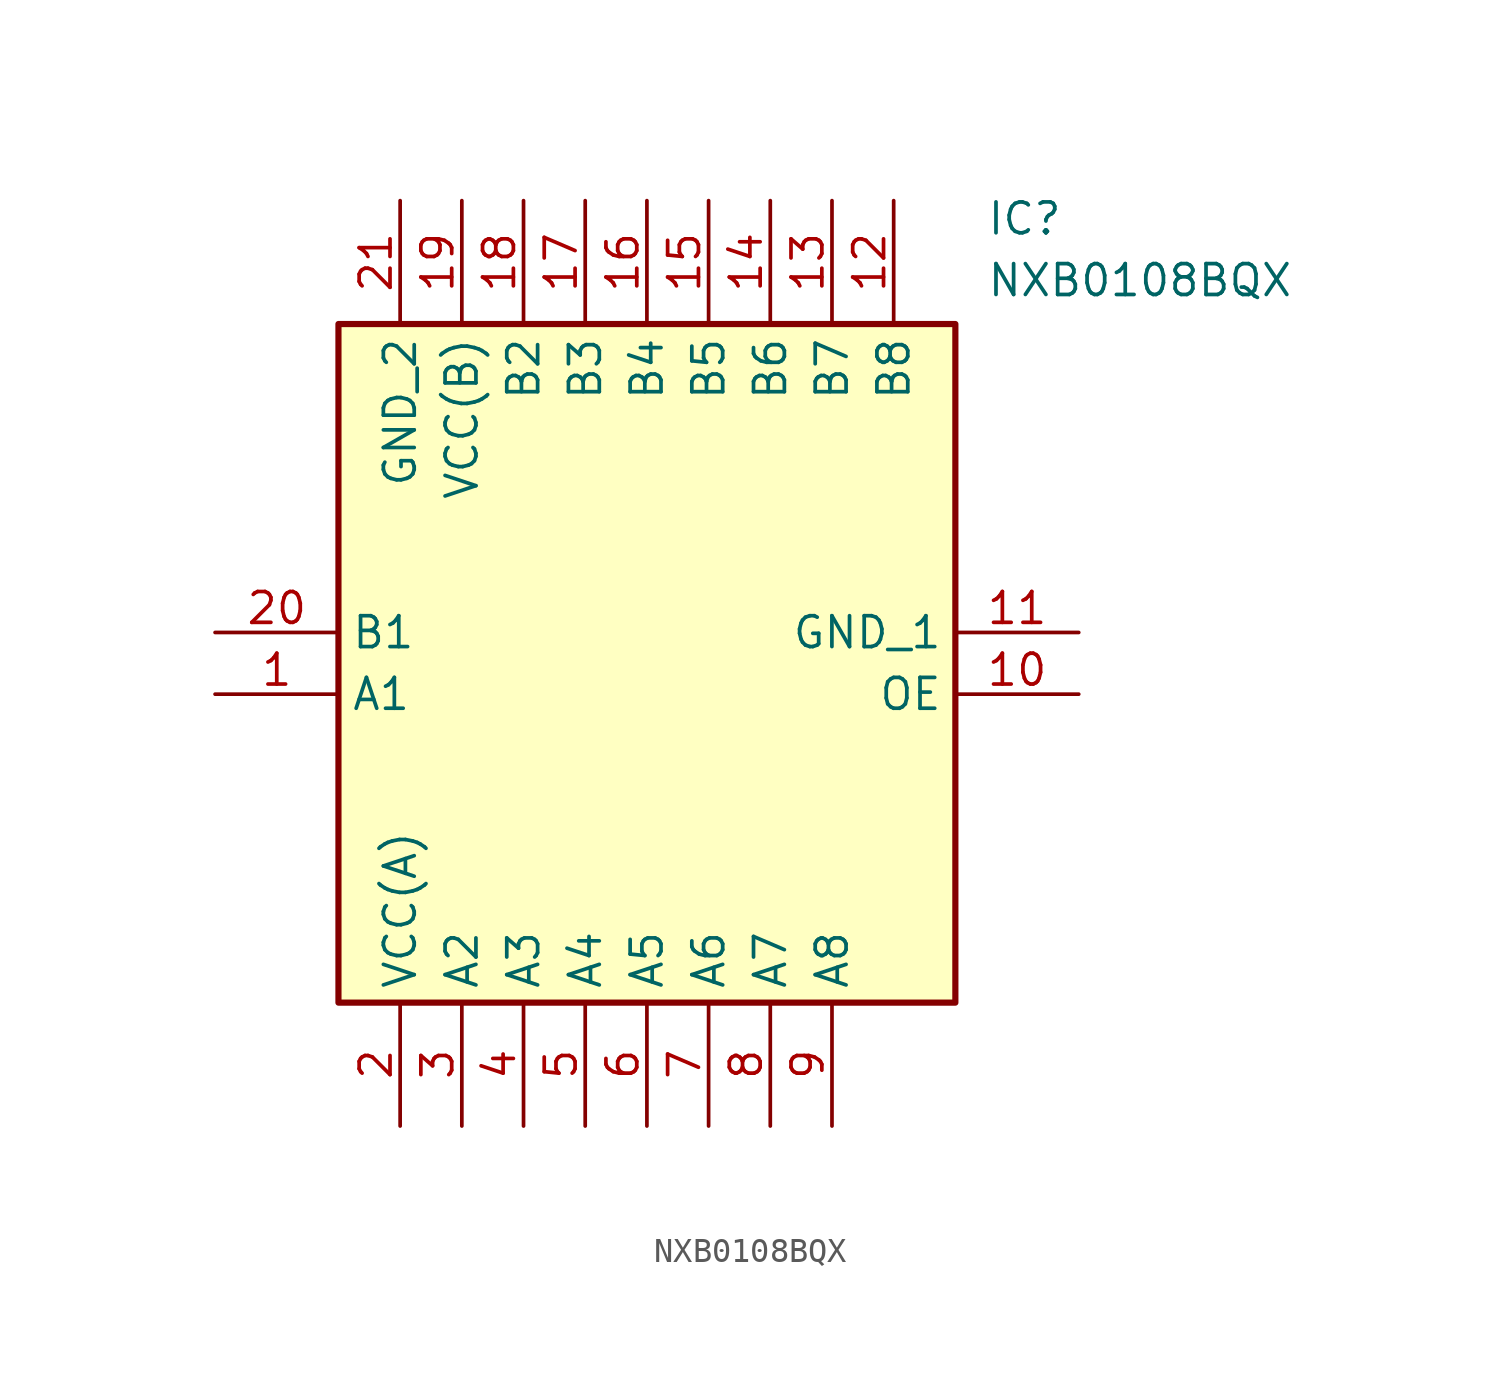
<source format=kicad_sym>
(kicad_symbol_lib
  (version 20211014)
  (generator SamacSys_ECAD_Model)
  (symbol "NXB0108BQX"
    (property "Reference" "IC"
      (at 31.75 17.78 0)
      (effects (font (size 1.27 1.27)) (justify left top)))
    (property "Value" "NXB0108BQX"
      (at 31.75 15.24 0)
      (effects (font (size 1.27 1.27)) (justify left top)))
    (rectangle
      (start 5.08 12.7)
      (end 30.48 -15.24)
      (stroke (width 0.254) (type default))
      (fill (type background)))
    (pin passive line
      (at 0 -2.54 0)
      (length 5.08)
      (name "A1" (effects (font (size 1.27 1.27))))
      (number "1" (effects (font (size 1.27 1.27)))))
    (pin passive line
      (at 7.62 -20.32 90)
      (length 5.08)
      (name "VCC(A)" (effects (font (size 1.27 1.27))))
      (number "2" (effects (font (size 1.27 1.27)))))
    (pin passive line
      (at 10.16 -20.32 90)
      (length 5.08)
      (name "A2" (effects (font (size 1.27 1.27))))
      (number "3" (effects (font (size 1.27 1.27)))))
    (pin passive line
      (at 12.7 -20.32 90)
      (length 5.08)
      (name "A3" (effects (font (size 1.27 1.27))))
      (number "4" (effects (font (size 1.27 1.27)))))
    (pin passive line
      (at 15.24 -20.32 90)
      (length 5.08)
      (name "A4" (effects (font (size 1.27 1.27))))
      (number "5" (effects (font (size 1.27 1.27)))))
    (pin passive line
      (at 17.78 -20.32 90)
      (length 5.08)
      (name "A5" (effects (font (size 1.27 1.27))))
      (number "6" (effects (font (size 1.27 1.27)))))
    (pin passive line
      (at 20.32 -20.32 90)
      (length 5.08)
      (name "A6" (effects (font (size 1.27 1.27))))
      (number "7" (effects (font (size 1.27 1.27)))))
    (pin passive line
      (at 22.86 -20.32 90)
      (length 5.08)
      (name "A7" (effects (font (size 1.27 1.27))))
      (number "8" (effects (font (size 1.27 1.27)))))
    (pin passive line
      (at 25.4 -20.32 90)
      (length 5.08)
      (name "A8" (effects (font (size 1.27 1.27))))
      (number "9" (effects (font (size 1.27 1.27)))))
    (pin passive line
      (at 35.56 -2.54 180)
      (length 5.08)
      (name "OE" (effects (font (size 1.27 1.27))))
      (number "10" (effects (font (size 1.27 1.27)))))
    (pin passive line
      (at 35.56 0 180)
      (length 5.08)
      (name "GND_1" (effects (font (size 1.27 1.27))))
      (number "11" (effects (font (size 1.27 1.27)))))
    (pin passive line
      (at 27.94 17.78 270)
      (length 5.08)
      (name "B8" (effects (font (size 1.27 1.27))))
      (number "12" (effects (font (size 1.27 1.27)))))
    (pin passive line
      (at 25.4 17.78 270)
      (length 5.08)
      (name "B7" (effects (font (size 1.27 1.27))))
      (number "13" (effects (font (size 1.27 1.27)))))
    (pin passive line
      (at 22.86 17.78 270)
      (length 5.08)
      (name "B6" (effects (font (size 1.27 1.27))))
      (number "14" (effects (font (size 1.27 1.27)))))
    (pin passive line
      (at 20.32 17.78 270)
      (length 5.08)
      (name "B5" (effects (font (size 1.27 1.27))))
      (number "15" (effects (font (size 1.27 1.27)))))
    (pin passive line
      (at 17.78 17.78 270)
      (length 5.08)
      (name "B4" (effects (font (size 1.27 1.27))))
      (number "16" (effects (font (size 1.27 1.27)))))
    (pin passive line
      (at 15.24 17.78 270)
      (length 5.08)
      (name "B3" (effects (font (size 1.27 1.27))))
      (number "17" (effects (font (size 1.27 1.27)))))
    (pin passive line
      (at 12.7 17.78 270)
      (length 5.08)
      (name "B2" (effects (font (size 1.27 1.27))))
      (number "18" (effects (font (size 1.27 1.27)))))
    (pin passive line
      (at 10.16 17.78 270)
      (length 5.08)
      (name "VCC(B)" (effects (font (size 1.27 1.27))))
      (number "19" (effects (font (size 1.27 1.27)))))
    (pin passive line
      (at 0 0 0)
      (length 5.08)
      (name "B1" (effects (font (size 1.27 1.27))))
      (number "20" (effects (font (size 1.27 1.27)))))
    (pin passive line
      (at 7.62 17.78 270)
      (length 5.08)
      (name "GND_2" (effects (font (size 1.27 1.27))))
      (number "21" (effects (font (size 1.27 1.27)))))))
</source>
